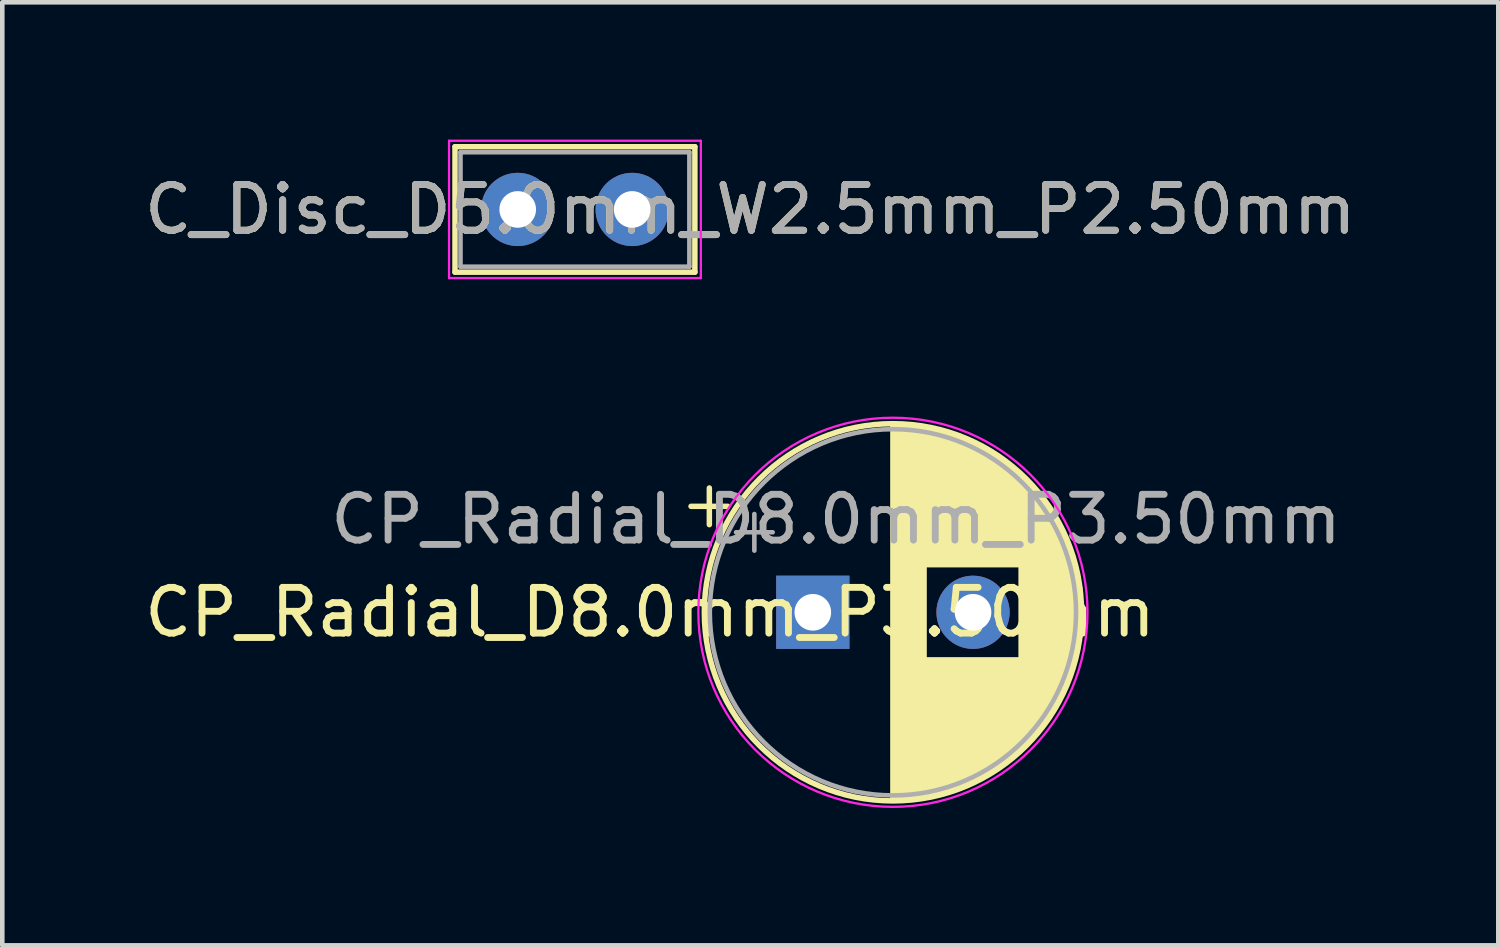
<source format=kicad_pcb>
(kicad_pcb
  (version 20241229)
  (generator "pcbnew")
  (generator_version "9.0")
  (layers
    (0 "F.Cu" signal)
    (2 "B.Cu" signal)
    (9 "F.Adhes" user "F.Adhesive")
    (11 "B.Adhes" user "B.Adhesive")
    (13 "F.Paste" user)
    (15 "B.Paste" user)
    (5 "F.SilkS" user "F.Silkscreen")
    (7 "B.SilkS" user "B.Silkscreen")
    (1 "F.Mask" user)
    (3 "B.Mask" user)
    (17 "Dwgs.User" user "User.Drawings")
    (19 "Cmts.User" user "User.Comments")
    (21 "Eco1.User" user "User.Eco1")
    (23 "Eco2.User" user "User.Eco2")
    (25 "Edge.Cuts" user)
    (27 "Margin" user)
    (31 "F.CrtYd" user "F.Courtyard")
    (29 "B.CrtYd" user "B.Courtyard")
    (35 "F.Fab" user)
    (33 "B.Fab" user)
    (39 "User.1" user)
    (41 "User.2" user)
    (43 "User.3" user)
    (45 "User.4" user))
  (footprint "C_Disc_D5.0mm_W2.5mm_P2.50mm"
    (layer "F.Cu")
    (at 8.259 1.525)
    (property "Reference" "C_Disc_D5.0mm_W2.5mm_P2.50mm" (at 5.08 0 0) (layer "F.SilkS") (effects (font (size 1 1) (thickness 0.15))))
    (attr through_hole)
    (fp_line (start -1.37 -1.37) (end -1.37 1.37) (stroke (width 0.12) (type solid)) (layer "F.SilkS"))
    (fp_line (start -1.37 -1.37) (end 3.87 -1.37) (stroke (width 0.12) (type solid)) (layer "F.SilkS"))
    (fp_line (start -1.37 1.37) (end 3.87 1.37) (stroke (width 0.12) (type solid)) (layer "F.SilkS"))
    (fp_line (start 3.87 -1.37) (end 3.87 1.37) (stroke (width 0.12) (type solid)) (layer "F.SilkS"))
    (fp_line (start -1.5 -1.5) (end -1.5 1.5) (stroke (width 0.05) (type solid)) (layer "F.CrtYd"))
    (fp_line (start -1.5 1.5) (end 4 1.5) (stroke (width 0.05) (type solid)) (layer "F.CrtYd"))
    (fp_line (start 4 -1.5) (end -1.5 -1.5) (stroke (width 0.05) (type solid)) (layer "F.CrtYd"))
    (fp_line (start 4 1.5) (end 4 -1.5) (stroke (width 0.05) (type solid)) (layer "F.CrtYd"))
    (fp_line (start -1.25 -1.25) (end -1.25 1.25) (stroke (width 0.1) (type solid)) (layer "F.Fab"))
    (fp_line (start -1.25 1.25) (end 3.75 1.25) (stroke (width 0.1) (type solid)) (layer "F.Fab"))
    (fp_line (start 3.75 -1.25) (end -1.25 -1.25) (stroke (width 0.1) (type solid)) (layer "F.Fab"))
    (fp_line (start 3.75 1.25) (end 3.75 -1.25) (stroke (width 0.1) (type solid)) (layer "F.Fab"))
    (fp_text user "${REFERENCE}" (at 5.08 0 0) (layer "F.Fab") (effects (font (size 1 1) (thickness 0.15))))
    (pad "1" thru_hole circle (at 0 0) (size 1.6 1.6) (drill 0.8) (layers "*.Cu" "*.Mask"))
    (pad "2" thru_hole circle (at 2.5 0) (size 1.6 1.6) (drill 0.8) (layers "*.Cu" "*.Mask")))
  (footprint "CP_Radial_D8.0mm_P3.50mm"
    (layer "F.Cu")
    (at 14.705 10.325)
    (property "Reference" "CP_Radial_D8.0mm_P3.50mm" (at -3.556 0 0) (layer "F.SilkS") (effects (font (size 1 1) (thickness 0.15))))
    (attr through_hole)
    (fp_line (start -2.66 -2.315) (end -1.86 -2.315) (stroke (width 0.12) (type solid)) (layer "F.SilkS"))
    (fp_line (start -2.26 -2.715) (end -2.26 -1.915) (stroke (width 0.12) (type solid)) (layer "F.SilkS"))
    (fp_line (start 1.75 -4.08) (end 1.75 4.08) (stroke (width 0.12) (type solid)) (layer "F.SilkS"))
    (fp_line (start 1.79 -4.08) (end 1.79 4.08) (stroke (width 0.12) (type solid)) (layer "F.SilkS"))
    (fp_line (start 1.83 -4.08) (end 1.83 4.08) (stroke (width 0.12) (type solid)) (layer "F.SilkS"))
    (fp_line (start 1.87 -4.079) (end 1.87 4.079) (stroke (width 0.12) (type solid)) (layer "F.SilkS"))
    (fp_line (start 1.91 -4.077) (end 1.91 4.077) (stroke (width 0.12) (type solid)) (layer "F.SilkS"))
    (fp_line (start 1.95 -4.076) (end 1.95 4.076) (stroke (width 0.12) (type solid)) (layer "F.SilkS"))
    (fp_line (start 1.99 -4.074) (end 1.99 4.074) (stroke (width 0.12) (type solid)) (layer "F.SilkS"))
    (fp_line (start 2.03 -4.071) (end 2.03 4.071) (stroke (width 0.12) (type solid)) (layer "F.SilkS"))
    (fp_line (start 2.07 -4.068) (end 2.07 4.068) (stroke (width 0.12) (type solid)) (layer "F.SilkS"))
    (fp_line (start 2.11 -4.065) (end 2.11 4.065) (stroke (width 0.12) (type solid)) (layer "F.SilkS"))
    (fp_line (start 2.15 -4.061) (end 2.15 4.061) (stroke (width 0.12) (type solid)) (layer "F.SilkS"))
    (fp_line (start 2.19 -4.057) (end 2.19 4.057) (stroke (width 0.12) (type solid)) (layer "F.SilkS"))
    (fp_line (start 2.23 -4.052) (end 2.23 4.052) (stroke (width 0.12) (type solid)) (layer "F.SilkS"))
    (fp_line (start 2.27 -4.048) (end 2.27 4.048) (stroke (width 0.12) (type solid)) (layer "F.SilkS"))
    (fp_line (start 2.31 -4.042) (end 2.31 4.042) (stroke (width 0.12) (type solid)) (layer "F.SilkS"))
    (fp_line (start 2.35 -4.037) (end 2.35 4.037) (stroke (width 0.12) (type solid)) (layer "F.SilkS"))
    (fp_line (start 2.39 -4.03) (end 2.39 4.03) (stroke (width 0.12) (type solid)) (layer "F.SilkS"))
    (fp_line (start 2.43 -4.024) (end 2.43 4.024) (stroke (width 0.12) (type solid)) (layer "F.SilkS"))
    (fp_line (start 2.471 -4.017) (end 2.471 -1.04) (stroke (width 0.12) (type solid)) (layer "F.SilkS"))
    (fp_line (start 2.471 1.04) (end 2.471 4.017) (stroke (width 0.12) (type solid)) (layer "F.SilkS"))
    (fp_line (start 2.511 -4.01) (end 2.511 -1.04) (stroke (width 0.12) (type solid)) (layer "F.SilkS"))
    (fp_line (start 2.511 1.04) (end 2.511 4.01) (stroke (width 0.12) (type solid)) (layer "F.SilkS"))
    (fp_line (start 2.551 -4.002) (end 2.551 -1.04) (stroke (width 0.12) (type solid)) (layer "F.SilkS"))
    (fp_line (start 2.551 1.04) (end 2.551 4.002) (stroke (width 0.12) (type solid)) (layer "F.SilkS"))
    (fp_line (start 2.591 -3.994) (end 2.591 -1.04) (stroke (width 0.12) (type solid)) (layer "F.SilkS"))
    (fp_line (start 2.591 1.04) (end 2.591 3.994) (stroke (width 0.12) (type solid)) (layer "F.SilkS"))
    (fp_line (start 2.631 -3.985) (end 2.631 -1.04) (stroke (width 0.12) (type solid)) (layer "F.SilkS"))
    (fp_line (start 2.631 1.04) (end 2.631 3.985) (stroke (width 0.12) (type solid)) (layer "F.SilkS"))
    (fp_line (start 2.671 -3.976) (end 2.671 -1.04) (stroke (width 0.12) (type solid)) (layer "F.SilkS"))
    (fp_line (start 2.671 1.04) (end 2.671 3.976) (stroke (width 0.12) (type solid)) (layer "F.SilkS"))
    (fp_line (start 2.711 -3.967) (end 2.711 -1.04) (stroke (width 0.12) (type solid)) (layer "F.SilkS"))
    (fp_line (start 2.711 1.04) (end 2.711 3.967) (stroke (width 0.12) (type solid)) (layer "F.SilkS"))
    (fp_line (start 2.751 -3.957) (end 2.751 -1.04) (stroke (width 0.12) (type solid)) (layer "F.SilkS"))
    (fp_line (start 2.751 1.04) (end 2.751 3.957) (stroke (width 0.12) (type solid)) (layer "F.SilkS"))
    (fp_line (start 2.791 -3.947) (end 2.791 -1.04) (stroke (width 0.12) (type solid)) (layer "F.SilkS"))
    (fp_line (start 2.791 1.04) (end 2.791 3.947) (stroke (width 0.12) (type solid)) (layer "F.SilkS"))
    (fp_line (start 2.831 -3.936) (end 2.831 -1.04) (stroke (width 0.12) (type solid)) (layer "F.SilkS"))
    (fp_line (start 2.831 1.04) (end 2.831 3.936) (stroke (width 0.12) (type solid)) (layer "F.SilkS"))
    (fp_line (start 2.871 -3.925) (end 2.871 -1.04) (stroke (width 0.12) (type solid)) (layer "F.SilkS"))
    (fp_line (start 2.871 1.04) (end 2.871 3.925) (stroke (width 0.12) (type solid)) (layer "F.SilkS"))
    (fp_line (start 2.911 -3.914) (end 2.911 -1.04) (stroke (width 0.12) (type solid)) (layer "F.SilkS"))
    (fp_line (start 2.911 1.04) (end 2.911 3.914) (stroke (width 0.12) (type solid)) (layer "F.SilkS"))
    (fp_line (start 2.951 -3.902) (end 2.951 -1.04) (stroke (width 0.12) (type solid)) (layer "F.SilkS"))
    (fp_line (start 2.951 1.04) (end 2.951 3.902) (stroke (width 0.12) (type solid)) (layer "F.SilkS"))
    (fp_line (start 2.991 -3.889) (end 2.991 -1.04) (stroke (width 0.12) (type solid)) (layer "F.SilkS"))
    (fp_line (start 2.991 1.04) (end 2.991 3.889) (stroke (width 0.12) (type solid)) (layer "F.SilkS"))
    (fp_line (start 3.031 -3.877) (end 3.031 -1.04) (stroke (width 0.12) (type solid)) (layer "F.SilkS"))
    (fp_line (start 3.031 1.04) (end 3.031 3.877) (stroke (width 0.12) (type solid)) (layer "F.SilkS"))
    (fp_line (start 3.071 -3.863) (end 3.071 -1.04) (stroke (width 0.12) (type solid)) (layer "F.SilkS"))
    (fp_line (start 3.071 1.04) (end 3.071 3.863) (stroke (width 0.12) (type solid)) (layer "F.SilkS"))
    (fp_line (start 3.111 -3.85) (end 3.111 -1.04) (stroke (width 0.12) (type solid)) (layer "F.SilkS"))
    (fp_line (start 3.111 1.04) (end 3.111 3.85) (stroke (width 0.12) (type solid)) (layer "F.SilkS"))
    (fp_line (start 3.151 -3.835) (end 3.151 -1.04) (stroke (width 0.12) (type solid)) (layer "F.SilkS"))
    (fp_line (start 3.151 1.04) (end 3.151 3.835) (stroke (width 0.12) (type solid)) (layer "F.SilkS"))
    (fp_line (start 3.191 -3.821) (end 3.191 -1.04) (stroke (width 0.12) (type solid)) (layer "F.SilkS"))
    (fp_line (start 3.191 1.04) (end 3.191 3.821) (stroke (width 0.12) (type solid)) (layer "F.SilkS"))
    (fp_line (start 3.231 -3.805) (end 3.231 -1.04) (stroke (width 0.12) (type solid)) (layer "F.SilkS"))
    (fp_line (start 3.231 1.04) (end 3.231 3.805) (stroke (width 0.12) (type solid)) (layer "F.SilkS"))
    (fp_line (start 3.271 -3.79) (end 3.271 -1.04) (stroke (width 0.12) (type solid)) (layer "F.SilkS"))
    (fp_line (start 3.271 1.04) (end 3.271 3.79) (stroke (width 0.12) (type solid)) (layer "F.SilkS"))
    (fp_line (start 3.311 -3.774) (end 3.311 -1.04) (stroke (width 0.12) (type solid)) (layer "F.SilkS"))
    (fp_line (start 3.311 1.04) (end 3.311 3.774) (stroke (width 0.12) (type solid)) (layer "F.SilkS"))
    (fp_line (start 3.351 -3.757) (end 3.351 -1.04) (stroke (width 0.12) (type solid)) (layer "F.SilkS"))
    (fp_line (start 3.351 1.04) (end 3.351 3.757) (stroke (width 0.12) (type solid)) (layer "F.SilkS"))
    (fp_line (start 3.391 -3.74) (end 3.391 -1.04) (stroke (width 0.12) (type solid)) (layer "F.SilkS"))
    (fp_line (start 3.391 1.04) (end 3.391 3.74) (stroke (width 0.12) (type solid)) (layer "F.SilkS"))
    (fp_line (start 3.431 -3.722) (end 3.431 -1.04) (stroke (width 0.12) (type solid)) (layer "F.SilkS"))
    (fp_line (start 3.431 1.04) (end 3.431 3.722) (stroke (width 0.12) (type solid)) (layer "F.SilkS"))
    (fp_line (start 3.471 -3.704) (end 3.471 -1.04) (stroke (width 0.12) (type solid)) (layer "F.SilkS"))
    (fp_line (start 3.471 1.04) (end 3.471 3.704) (stroke (width 0.12) (type solid)) (layer "F.SilkS"))
    (fp_line (start 3.511 -3.686) (end 3.511 -1.04) (stroke (width 0.12) (type solid)) (layer "F.SilkS"))
    (fp_line (start 3.511 1.04) (end 3.511 3.686) (stroke (width 0.12) (type solid)) (layer "F.SilkS"))
    (fp_line (start 3.551 -3.666) (end 3.551 -1.04) (stroke (width 0.12) (type solid)) (layer "F.SilkS"))
    (fp_line (start 3.551 1.04) (end 3.551 3.666) (stroke (width 0.12) (type solid)) (layer "F.SilkS"))
    (fp_line (start 3.591 -3.647) (end 3.591 -1.04) (stroke (width 0.12) (type solid)) (layer "F.SilkS"))
    (fp_line (start 3.591 1.04) (end 3.591 3.647) (stroke (width 0.12) (type solid)) (layer "F.SilkS"))
    (fp_line (start 3.631 -3.627) (end 3.631 -1.04) (stroke (width 0.12) (type solid)) (layer "F.SilkS"))
    (fp_line (start 3.631 1.04) (end 3.631 3.627) (stroke (width 0.12) (type solid)) (layer "F.SilkS"))
    (fp_line (start 3.671 -3.606) (end 3.671 -1.04) (stroke (width 0.12) (type solid)) (layer "F.SilkS"))
    (fp_line (start 3.671 1.04) (end 3.671 3.606) (stroke (width 0.12) (type solid)) (layer "F.SilkS"))
    (fp_line (start 3.711 -3.584) (end 3.711 -1.04) (stroke (width 0.12) (type solid)) (layer "F.SilkS"))
    (fp_line (start 3.711 1.04) (end 3.711 3.584) (stroke (width 0.12) (type solid)) (layer "F.SilkS"))
    (fp_line (start 3.751 -3.562) (end 3.751 -1.04) (stroke (width 0.12) (type solid)) (layer "F.SilkS"))
    (fp_line (start 3.751 1.04) (end 3.751 3.562) (stroke (width 0.12) (type solid)) (layer "F.SilkS"))
    (fp_line (start 3.791 -3.54) (end 3.791 -1.04) (stroke (width 0.12) (type solid)) (layer "F.SilkS"))
    (fp_line (start 3.791 1.04) (end 3.791 3.54) (stroke (width 0.12) (type solid)) (layer "F.SilkS"))
    (fp_line (start 3.831 -3.517) (end 3.831 -1.04) (stroke (width 0.12) (type solid)) (layer "F.SilkS"))
    (fp_line (start 3.831 1.04) (end 3.831 3.517) (stroke (width 0.12) (type solid)) (layer "F.SilkS"))
    (fp_line (start 3.871 -3.493) (end 3.871 -1.04) (stroke (width 0.12) (type solid)) (layer "F.SilkS"))
    (fp_line (start 3.871 1.04) (end 3.871 3.493) (stroke (width 0.12) (type solid)) (layer "F.SilkS"))
    (fp_line (start 3.911 -3.469) (end 3.911 -1.04) (stroke (width 0.12) (type solid)) (layer "F.SilkS"))
    (fp_line (start 3.911 1.04) (end 3.911 3.469) (stroke (width 0.12) (type solid)) (layer "F.SilkS"))
    (fp_line (start 3.951 -3.444) (end 3.951 -1.04) (stroke (width 0.12) (type solid)) (layer "F.SilkS"))
    (fp_line (start 3.951 1.04) (end 3.951 3.444) (stroke (width 0.12) (type solid)) (layer "F.SilkS"))
    (fp_line (start 3.991 -3.418) (end 3.991 -1.04) (stroke (width 0.12) (type solid)) (layer "F.SilkS"))
    (fp_line (start 3.991 1.04) (end 3.991 3.418) (stroke (width 0.12) (type solid)) (layer "F.SilkS"))
    (fp_line (start 4.031 -3.392) (end 4.031 -1.04) (stroke (width 0.12) (type solid)) (layer "F.SilkS"))
    (fp_line (start 4.031 1.04) (end 4.031 3.392) (stroke (width 0.12) (type solid)) (layer "F.SilkS"))
    (fp_line (start 4.071 -3.365) (end 4.071 -1.04) (stroke (width 0.12) (type solid)) (layer "F.SilkS"))
    (fp_line (start 4.071 1.04) (end 4.071 3.365) (stroke (width 0.12) (type solid)) (layer "F.SilkS"))
    (fp_line (start 4.111 -3.338) (end 4.111 -1.04) (stroke (width 0.12) (type solid)) (layer "F.SilkS"))
    (fp_line (start 4.111 1.04) (end 4.111 3.338) (stroke (width 0.12) (type solid)) (layer "F.SilkS"))
    (fp_line (start 4.151 -3.309) (end 4.151 -1.04) (stroke (width 0.12) (type solid)) (layer "F.SilkS"))
    (fp_line (start 4.151 1.04) (end 4.151 3.309) (stroke (width 0.12) (type solid)) (layer "F.SilkS"))
    (fp_line (start 4.191 -3.28) (end 4.191 -1.04) (stroke (width 0.12) (type solid)) (layer "F.SilkS"))
    (fp_line (start 4.191 1.04) (end 4.191 3.28) (stroke (width 0.12) (type solid)) (layer "F.SilkS"))
    (fp_line (start 4.231 -3.25) (end 4.231 -1.04) (stroke (width 0.12) (type solid)) (layer "F.SilkS"))
    (fp_line (start 4.231 1.04) (end 4.231 3.25) (stroke (width 0.12) (type solid)) (layer "F.SilkS"))
    (fp_line (start 4.271 -3.22) (end 4.271 -1.04) (stroke (width 0.12) (type solid)) (layer "F.SilkS"))
    (fp_line (start 4.271 1.04) (end 4.271 3.22) (stroke (width 0.12) (type solid)) (layer "F.SilkS"))
    (fp_line (start 4.311 -3.189) (end 4.311 -1.04) (stroke (width 0.12) (type solid)) (layer "F.SilkS"))
    (fp_line (start 4.311 1.04) (end 4.311 3.189) (stroke (width 0.12) (type solid)) (layer "F.SilkS"))
    (fp_line (start 4.351 -3.156) (end 4.351 -1.04) (stroke (width 0.12) (type solid)) (layer "F.SilkS"))
    (fp_line (start 4.351 1.04) (end 4.351 3.156) (stroke (width 0.12) (type solid)) (layer "F.SilkS"))
    (fp_line (start 4.391 -3.124) (end 4.391 -1.04) (stroke (width 0.12) (type solid)) (layer "F.SilkS"))
    (fp_line (start 4.391 1.04) (end 4.391 3.124) (stroke (width 0.12) (type solid)) (layer "F.SilkS"))
    (fp_line (start 4.431 -3.09) (end 4.431 -1.04) (stroke (width 0.12) (type solid)) (layer "F.SilkS"))
    (fp_line (start 4.431 1.04) (end 4.431 3.09) (stroke (width 0.12) (type solid)) (layer "F.SilkS"))
    (fp_line (start 4.471 -3.055) (end 4.471 -1.04) (stroke (width 0.12) (type solid)) (layer "F.SilkS"))
    (fp_line (start 4.471 1.04) (end 4.471 3.055) (stroke (width 0.12) (type solid)) (layer "F.SilkS"))
    (fp_line (start 4.511 -3.019) (end 4.511 -1.04) (stroke (width 0.12) (type solid)) (layer "F.SilkS"))
    (fp_line (start 4.511 1.04) (end 4.511 3.019) (stroke (width 0.12) (type solid)) (layer "F.SilkS"))
    (fp_line (start 4.551 -2.983) (end 4.551 2.983) (stroke (width 0.12) (type solid)) (layer "F.SilkS"))
    (fp_line (start 4.591 -2.945) (end 4.591 2.945) (stroke (width 0.12) (type solid)) (layer "F.SilkS"))
    (fp_line (start 4.631 -2.907) (end 4.631 2.907) (stroke (width 0.12) (type solid)) (layer "F.SilkS"))
    (fp_line (start 4.671 -2.867) (end 4.671 2.867) (stroke (width 0.12) (type solid)) (layer "F.SilkS"))
    (fp_line (start 4.711 -2.826) (end 4.711 2.826) (stroke (width 0.12) (type solid)) (layer "F.SilkS"))
    (fp_line (start 4.751 -2.784) (end 4.751 2.784) (stroke (width 0.12) (type solid)) (layer "F.SilkS"))
    (fp_line (start 4.791 -2.741) (end 4.791 2.741) (stroke (width 0.12) (type solid)) (layer "F.SilkS"))
    (fp_line (start 4.831 -2.697) (end 4.831 2.697) (stroke (width 0.12) (type solid)) (layer "F.SilkS"))
    (fp_line (start 4.871 -2.651) (end 4.871 2.651) (stroke (width 0.12) (type solid)) (layer "F.SilkS"))
    (fp_line (start 4.911 -2.604) (end 4.911 2.604) (stroke (width 0.12) (type solid)) (layer "F.SilkS"))
    (fp_line (start 4.951 -2.556) (end 4.951 2.556) (stroke (width 0.12) (type solid)) (layer "F.SilkS"))
    (fp_line (start 4.991 -2.505) (end 4.991 2.505) (stroke (width 0.12) (type solid)) (layer "F.SilkS"))
    (fp_line (start 5.031 -2.454) (end 5.031 2.454) (stroke (width 0.12) (type solid)) (layer "F.SilkS"))
    (fp_line (start 5.071 -2.4) (end 5.071 2.4) (stroke (width 0.12) (type solid)) (layer "F.SilkS"))
    (fp_line (start 5.111 -2.345) (end 5.111 2.345) (stroke (width 0.12) (type solid)) (layer "F.SilkS"))
    (fp_line (start 5.151 -2.287) (end 5.151 2.287) (stroke (width 0.12) (type solid)) (layer "F.SilkS"))
    (fp_line (start 5.191 -2.228) (end 5.191 2.228) (stroke (width 0.12) (type solid)) (layer "F.SilkS"))
    (fp_line (start 5.231 -2.166) (end 5.231 2.166) (stroke (width 0.12) (type solid)) (layer "F.SilkS"))
    (fp_line (start 5.271 -2.102) (end 5.271 2.102) (stroke (width 0.12) (type solid)) (layer "F.SilkS"))
    (fp_line (start 5.311 -2.034) (end 5.311 2.034) (stroke (width 0.12) (type solid)) (layer "F.SilkS"))
    (fp_line (start 5.351 -1.964) (end 5.351 1.964) (stroke (width 0.12) (type solid)) (layer "F.SilkS"))
    (fp_line (start 5.391 -1.89) (end 5.391 1.89) (stroke (width 0.12) (type solid)) (layer "F.SilkS"))
    (fp_line (start 5.431 -1.813) (end 5.431 1.813) (stroke (width 0.12) (type solid)) (layer "F.SilkS"))
    (fp_line (start 5.471 -1.731) (end 5.471 1.731) (stroke (width 0.12) (type solid)) (layer "F.SilkS"))
    (fp_line (start 5.511 -1.645) (end 5.511 1.645) (stroke (width 0.12) (type solid)) (layer "F.SilkS"))
    (fp_line (start 5.551 -1.552) (end 5.551 1.552) (stroke (width 0.12) (type solid)) (layer "F.SilkS"))
    (fp_line (start 5.591 -1.453) (end 5.591 1.453) (stroke (width 0.12) (type solid)) (layer "F.SilkS"))
    (fp_line (start 5.631 -1.346) (end 5.631 1.346) (stroke (width 0.12) (type solid)) (layer "F.SilkS"))
    (fp_line (start 5.671 -1.229) (end 5.671 1.229) (stroke (width 0.12) (type solid)) (layer "F.SilkS"))
    (fp_line (start 5.711 -1.098) (end 5.711 1.098) (stroke (width 0.12) (type solid)) (layer "F.SilkS"))
    (fp_line (start 5.751 -0.948) (end 5.751 0.948) (stroke (width 0.12) (type solid)) (layer "F.SilkS"))
    (fp_line (start 5.791 -0.768) (end 5.791 0.768) (stroke (width 0.12) (type solid)) (layer "F.SilkS"))
    (fp_line (start 5.831 -0.533) (end 5.831 0.533) (stroke (width 0.12) (type solid)) (layer "F.SilkS"))
    (fp_circle (center 1.75 0) (end 5.87 0) (stroke (width 0.12) (type solid)) (fill no) (layer "F.SilkS"))
    (fp_circle (center 1.75 0) (end 6 0) (stroke (width 0.05) (type solid)) (fill no) (layer "F.CrtYd"))
    (fp_line (start -1.677 -1.748) (end -0.877 -1.748) (stroke (width 0.1) (type solid)) (layer "F.Fab"))
    (fp_line (start -1.277 -2.147) (end -1.277 -1.347) (stroke (width 0.1) (type solid)) (layer "F.Fab"))
    (fp_circle (center 1.75 0) (end 5.75 0) (stroke (width 0.1) (type solid)) (fill no) (layer "F.Fab"))
    (fp_text user "${REFERENCE}" (at 0.508 -2.032 0) (layer "F.Fab") (effects (font (size 1 1) (thickness 0.15))))
    (pad "1" thru_hole rect (at 0 0) (size 1.6 1.6) (drill 0.8) (layers "*.Cu" "*.Mask"))
    (pad "2" thru_hole circle (at 3.5 0) (size 1.6 1.6) (drill 0.8) (layers "*.Cu" "*.Mask")))
  (gr_rect
    (start -3 -3)
    (end 29.679 17.6)
    (stroke (width 0.1) (type default))
    (fill no)
    (layer "Edge.Cuts")))
</source>
